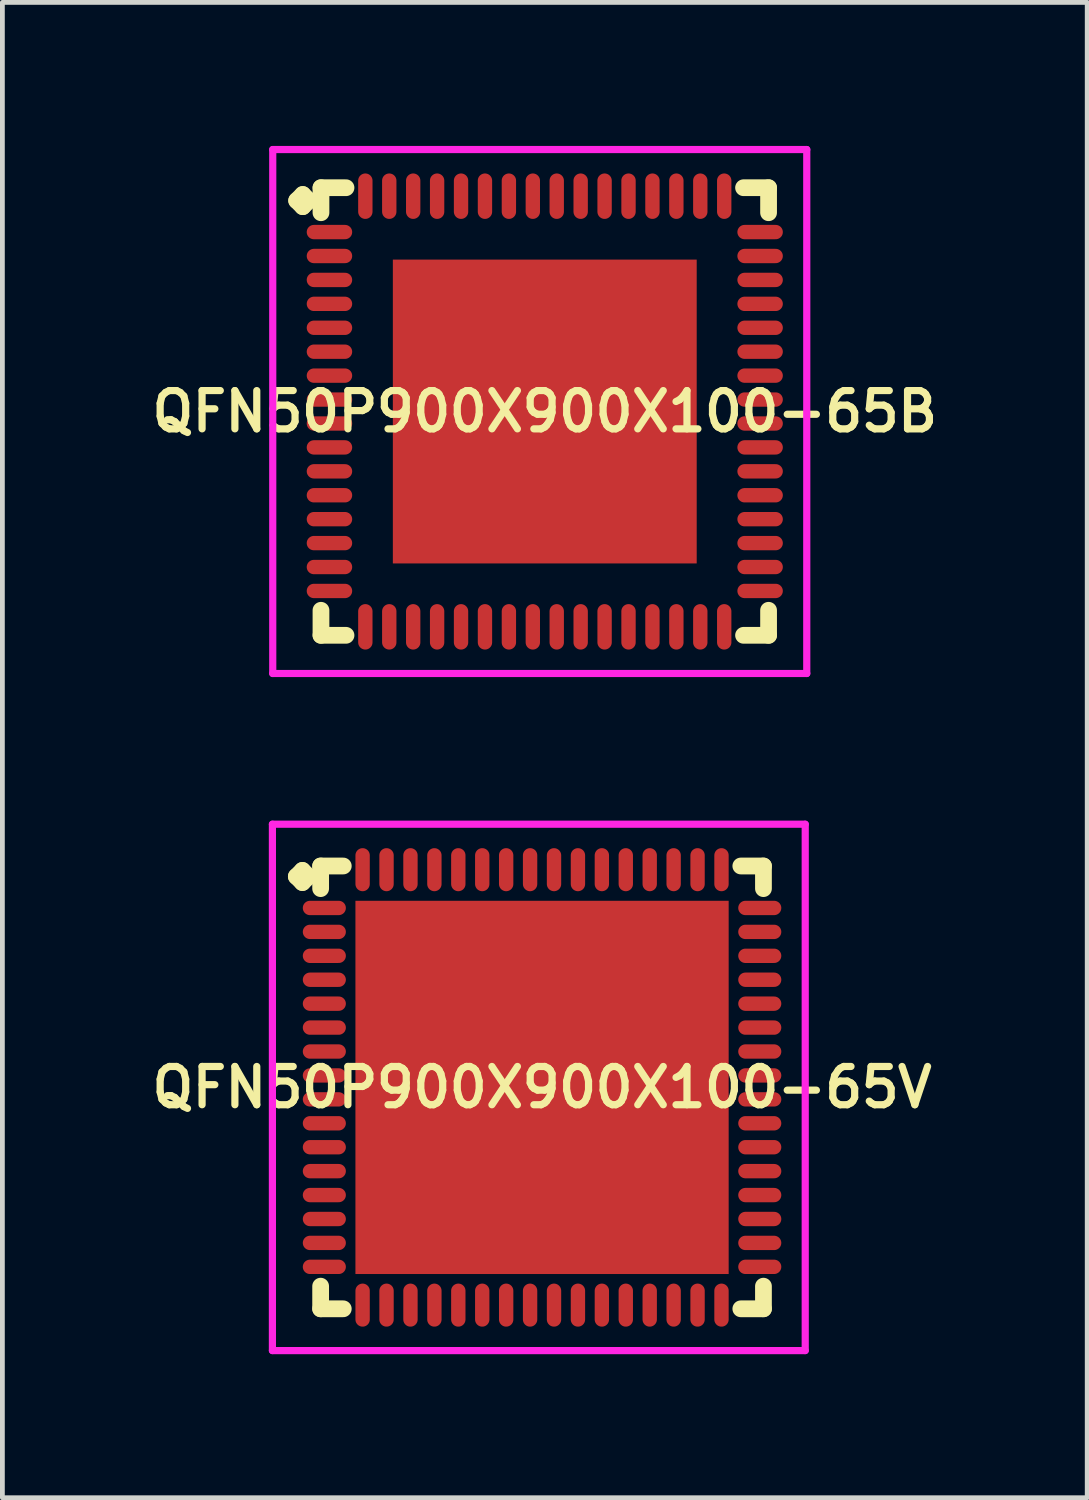
<source format=kicad_pcb>
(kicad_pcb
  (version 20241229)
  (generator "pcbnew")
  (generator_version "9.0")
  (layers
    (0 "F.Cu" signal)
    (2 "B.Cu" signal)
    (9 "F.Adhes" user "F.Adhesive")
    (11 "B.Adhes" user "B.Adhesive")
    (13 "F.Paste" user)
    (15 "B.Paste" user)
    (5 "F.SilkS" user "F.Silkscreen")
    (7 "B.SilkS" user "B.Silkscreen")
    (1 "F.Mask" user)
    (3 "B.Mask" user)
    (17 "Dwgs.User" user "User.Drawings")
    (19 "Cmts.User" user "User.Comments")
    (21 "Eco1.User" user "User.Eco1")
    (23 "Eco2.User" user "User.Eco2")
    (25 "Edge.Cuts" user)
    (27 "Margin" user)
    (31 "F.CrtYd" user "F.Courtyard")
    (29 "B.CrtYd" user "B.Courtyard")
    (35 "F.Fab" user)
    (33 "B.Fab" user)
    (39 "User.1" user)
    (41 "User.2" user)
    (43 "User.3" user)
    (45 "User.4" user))
  (footprint "QFN50P900X900X100-65V"
    (layer "F.Cu")
    (at 8.278 19.675)
    (property "Reference" "QFN50P900X900X100-65V" (at 0 0 0) (layer "F.SilkS") (effects (font (size 0.8 0.8) (thickness 0.15))))
    (attr smd)
    (fp_line (start -5.135 -4.408) (end -5.008 -4.535) (stroke (width 0.35) (type solid)) (layer "F.SilkS"))
    (fp_line (start -5.008 -4.535) (end -4.881 -4.408) (stroke (width 0.35) (type solid)) (layer "F.SilkS"))
    (fp_line (start -5.008 -4.281) (end -5.135 -4.408) (stroke (width 0.35) (type solid)) (layer "F.SilkS"))
    (fp_line (start -4.881 -4.408) (end -5.008 -4.281) (stroke (width 0.35) (type solid)) (layer "F.SilkS"))
    (fp_line (start -4.627 -4.627) (end -4.154 -4.627) (stroke (width 0.35) (type solid)) (layer "F.SilkS"))
    (fp_line (start -4.627 -4.154) (end -4.627 -4.627) (stroke (width 0.35) (type solid)) (layer "F.SilkS"))
    (fp_line (start -4.627 4.154) (end -4.627 4.627) (stroke (width 0.35) (type solid)) (layer "F.SilkS"))
    (fp_line (start -4.627 4.627) (end -4.154 4.627) (stroke (width 0.35) (type solid)) (layer "F.SilkS"))
    (fp_line (start 4.154 -4.627) (end 4.627 -4.627) (stroke (width 0.35) (type solid)) (layer "F.SilkS"))
    (fp_line (start 4.154 4.627) (end 4.627 4.627) (stroke (width 0.35) (type solid)) (layer "F.SilkS"))
    (fp_line (start 4.627 -4.627) (end 4.627 -4.154) (stroke (width 0.35) (type solid)) (layer "F.SilkS"))
    (fp_line (start 4.627 4.627) (end 4.627 4.154) (stroke (width 0.35) (type solid)) (layer "F.SilkS"))
    (fp_line (start -5.635 -5.5) (end 5.5 -5.5) (stroke (width 0.15) (type solid)) (layer "F.CrtYd"))
    (fp_line (start -5.635 5.5) (end -5.635 -5.5) (stroke (width 0.15) (type solid)) (layer "F.CrtYd"))
    (fp_line (start 5.5 -5.5) (end 5.5 5.5) (stroke (width 0.15) (type solid)) (layer "F.CrtYd"))
    (fp_line (start 5.5 5.5) (end -5.635 5.5) (stroke (width 0.15) (type solid)) (layer "F.CrtYd"))
    (pad "1" smd oval (at -4.55 -3.75) (size 0.9 0.3) (layers "F.Cu" "F.Mask" "F.Paste"))
    (pad "2" smd oval (at -4.55 -3.25) (size 0.9 0.3) (layers "F.Cu" "F.Mask" "F.Paste"))
    (pad "3" smd oval (at -4.55 -2.75) (size 0.9 0.3) (layers "F.Cu" "F.Mask" "F.Paste"))
    (pad "4" smd oval (at -4.55 -2.25) (size 0.9 0.3) (layers "F.Cu" "F.Mask" "F.Paste"))
    (pad "5" smd oval (at -4.55 -1.75) (size 0.9 0.3) (layers "F.Cu" "F.Mask" "F.Paste"))
    (pad "6" smd oval (at -4.55 -1.25) (size 0.9 0.3) (layers "F.Cu" "F.Mask" "F.Paste"))
    (pad "7" smd oval (at -4.55 -0.75) (size 0.9 0.3) (layers "F.Cu" "F.Mask" "F.Paste"))
    (pad "8" smd oval (at -4.55 -0.25) (size 0.9 0.3) (layers "F.Cu" "F.Mask" "F.Paste"))
    (pad "9" smd oval (at -4.55 0.25) (size 0.9 0.3) (layers "F.Cu" "F.Mask" "F.Paste"))
    (pad "10" smd oval (at -4.55 0.75) (size 0.9 0.3) (layers "F.Cu" "F.Mask" "F.Paste"))
    (pad "11" smd oval (at -4.55 1.25) (size 0.9 0.3) (layers "F.Cu" "F.Mask" "F.Paste"))
    (pad "12" smd oval (at -4.55 1.75) (size 0.9 0.3) (layers "F.Cu" "F.Mask" "F.Paste"))
    (pad "13" smd oval (at -4.55 2.25) (size 0.9 0.3) (layers "F.Cu" "F.Mask" "F.Paste"))
    (pad "14" smd oval (at -4.55 2.75) (size 0.9 0.3) (layers "F.Cu" "F.Mask" "F.Paste"))
    (pad "15" smd oval (at -4.55 3.25) (size 0.9 0.3) (layers "F.Cu" "F.Mask" "F.Paste"))
    (pad "16" smd oval (at -4.55 3.75) (size 0.9 0.3) (layers "F.Cu" "F.Mask" "F.Paste"))
    (pad "17" smd oval (at -3.75 4.55) (size 0.3 0.9) (layers "F.Cu" "F.Mask" "F.Paste"))
    (pad "18" smd oval (at -3.25 4.55) (size 0.3 0.9) (layers "F.Cu" "F.Mask" "F.Paste"))
    (pad "19" smd oval (at -2.75 4.55) (size 0.3 0.9) (layers "F.Cu" "F.Mask" "F.Paste"))
    (pad "20" smd oval (at -2.25 4.55) (size 0.3 0.9) (layers "F.Cu" "F.Mask" "F.Paste"))
    (pad "21" smd oval (at -1.75 4.55) (size 0.3 0.9) (layers "F.Cu" "F.Mask" "F.Paste"))
    (pad "22" smd oval (at -1.25 4.55) (size 0.3 0.9) (layers "F.Cu" "F.Mask" "F.Paste"))
    (pad "23" smd oval (at -0.75 4.55) (size 0.3 0.9) (layers "F.Cu" "F.Mask" "F.Paste"))
    (pad "24" smd oval (at -0.25 4.55) (size 0.3 0.9) (layers "F.Cu" "F.Mask" "F.Paste"))
    (pad "25" smd oval (at 0.25 4.55) (size 0.3 0.9) (layers "F.Cu" "F.Mask" "F.Paste"))
    (pad "26" smd oval (at 0.75 4.55) (size 0.3 0.9) (layers "F.Cu" "F.Mask" "F.Paste"))
    (pad "27" smd oval (at 1.25 4.55) (size 0.3 0.9) (layers "F.Cu" "F.Mask" "F.Paste"))
    (pad "28" smd oval (at 1.75 4.55) (size 0.3 0.9) (layers "F.Cu" "F.Mask" "F.Paste"))
    (pad "29" smd oval (at 2.25 4.55) (size 0.3 0.9) (layers "F.Cu" "F.Mask" "F.Paste"))
    (pad "30" smd oval (at 2.75 4.55) (size 0.3 0.9) (layers "F.Cu" "F.Mask" "F.Paste"))
    (pad "31" smd oval (at 3.25 4.55) (size 0.3 0.9) (layers "F.Cu" "F.Mask" "F.Paste"))
    (pad "32" smd oval (at 3.75 4.55) (size 0.3 0.9) (layers "F.Cu" "F.Mask" "F.Paste"))
    (pad "33" smd oval (at 4.55 3.75) (size 0.9 0.3) (layers "F.Cu" "F.Mask" "F.Paste"))
    (pad "34" smd oval (at 4.55 3.25) (size 0.9 0.3) (layers "F.Cu" "F.Mask" "F.Paste"))
    (pad "35" smd oval (at 4.55 2.75) (size 0.9 0.3) (layers "F.Cu" "F.Mask" "F.Paste"))
    (pad "36" smd oval (at 4.55 2.25) (size 0.9 0.3) (layers "F.Cu" "F.Mask" "F.Paste"))
    (pad "37" smd oval (at 4.55 1.75) (size 0.9 0.3) (layers "F.Cu" "F.Mask" "F.Paste"))
    (pad "38" smd oval (at 4.55 1.25) (size 0.9 0.3) (layers "F.Cu" "F.Mask" "F.Paste"))
    (pad "39" smd oval (at 4.55 0.75) (size 0.9 0.3) (layers "F.Cu" "F.Mask" "F.Paste"))
    (pad "40" smd oval (at 4.55 0.25) (size 0.9 0.3) (layers "F.Cu" "F.Mask" "F.Paste"))
    (pad "41" smd oval (at 4.55 -0.25) (size 0.9 0.3) (layers "F.Cu" "F.Mask" "F.Paste"))
    (pad "42" smd oval (at 4.55 -0.75) (size 0.9 0.3) (layers "F.Cu" "F.Mask" "F.Paste"))
    (pad "43" smd oval (at 4.55 -1.25) (size 0.9 0.3) (layers "F.Cu" "F.Mask" "F.Paste"))
    (pad "44" smd oval (at 4.55 -1.75) (size 0.9 0.3) (layers "F.Cu" "F.Mask" "F.Paste"))
    (pad "45" smd oval (at 4.55 -2.25) (size 0.9 0.3) (layers "F.Cu" "F.Mask" "F.Paste"))
    (pad "46" smd oval (at 4.55 -2.75) (size 0.9 0.3) (layers "F.Cu" "F.Mask" "F.Paste"))
    (pad "47" smd oval (at 4.55 -3.25) (size 0.9 0.3) (layers "F.Cu" "F.Mask" "F.Paste"))
    (pad "48" smd oval (at 4.55 -3.75) (size 0.9 0.3) (layers "F.Cu" "F.Mask" "F.Paste"))
    (pad "49" smd oval (at 3.75 -4.55) (size 0.3 0.9) (layers "F.Cu" "F.Mask" "F.Paste"))
    (pad "50" smd oval (at 3.25 -4.55) (size 0.3 0.9) (layers "F.Cu" "F.Mask" "F.Paste"))
    (pad "51" smd oval (at 2.75 -4.55) (size 0.3 0.9) (layers "F.Cu" "F.Mask" "F.Paste"))
    (pad "52" smd oval (at 2.25 -4.55) (size 0.3 0.9) (layers "F.Cu" "F.Mask" "F.Paste"))
    (pad "53" smd oval (at 1.75 -4.55) (size 0.3 0.9) (layers "F.Cu" "F.Mask" "F.Paste"))
    (pad "54" smd oval (at 1.25 -4.55) (size 0.3 0.9) (layers "F.Cu" "F.Mask" "F.Paste"))
    (pad "55" smd oval (at 0.75 -4.55) (size 0.3 0.9) (layers "F.Cu" "F.Mask" "F.Paste"))
    (pad "56" smd oval (at 0.25 -4.55) (size 0.3 0.9) (layers "F.Cu" "F.Mask" "F.Paste"))
    (pad "57" smd oval (at -0.25 -4.55) (size 0.3 0.9) (layers "F.Cu" "F.Mask" "F.Paste"))
    (pad "58" smd oval (at -0.75 -4.55) (size 0.3 0.9) (layers "F.Cu" "F.Mask" "F.Paste"))
    (pad "59" smd oval (at -1.25 -4.55) (size 0.3 0.9) (layers "F.Cu" "F.Mask" "F.Paste"))
    (pad "60" smd oval (at -1.75 -4.55) (size 0.3 0.9) (layers "F.Cu" "F.Mask" "F.Paste"))
    (pad "61" smd oval (at -2.25 -4.55) (size 0.3 0.9) (layers "F.Cu" "F.Mask" "F.Paste"))
    (pad "62" smd oval (at -2.75 -4.55) (size 0.3 0.9) (layers "F.Cu" "F.Mask" "F.Paste"))
    (pad "63" smd oval (at -3.25 -4.55) (size 0.3 0.9) (layers "F.Cu" "F.Mask" "F.Paste"))
    (pad "64" smd oval (at -3.75 -4.55) (size 0.3 0.9) (layers "F.Cu" "F.Mask" "F.Paste"))
    (pad "65" smd rect (at 0 0) (size 7.8 7.8) (layers "F.Cu" "F.Mask" "F.Paste")))
  (footprint "QFN50P900X900X100-65B"
    (layer "F.Cu")
    (at 8.335 5.55)
    (property "Reference" "QFN50P900X900X100-65B" (at 0 0 0) (layer "F.SilkS") (effects (font (size 0.8 0.8) (thickness 0.15))))
    (attr through_hole)
    (fp_line (start -5.185 -4.408) (end -5.058 -4.535) (stroke (width 0.35) (type solid)) (layer "F.SilkS"))
    (fp_line (start -5.058 -4.535) (end -4.931 -4.408) (stroke (width 0.35) (type solid)) (layer "F.SilkS"))
    (fp_line (start -5.058 -4.281) (end -5.185 -4.408) (stroke (width 0.35) (type solid)) (layer "F.SilkS"))
    (fp_line (start -4.931 -4.408) (end -5.058 -4.281) (stroke (width 0.35) (type solid)) (layer "F.SilkS"))
    (fp_line (start -4.677 -4.677) (end -4.154 -4.677) (stroke (width 0.35) (type solid)) (layer "F.SilkS"))
    (fp_line (start -4.677 -4.154) (end -4.677 -4.677) (stroke (width 0.35) (type solid)) (layer "F.SilkS"))
    (fp_line (start -4.677 4.154) (end -4.677 4.677) (stroke (width 0.35) (type solid)) (layer "F.SilkS"))
    (fp_line (start -4.677 4.677) (end -4.154 4.677) (stroke (width 0.35) (type solid)) (layer "F.SilkS"))
    (fp_line (start 4.154 -4.677) (end 4.677 -4.677) (stroke (width 0.35) (type solid)) (layer "F.SilkS"))
    (fp_line (start 4.154 4.677) (end 4.677 4.677) (stroke (width 0.35) (type solid)) (layer "F.SilkS"))
    (fp_line (start 4.677 -4.677) (end 4.677 -4.154) (stroke (width 0.35) (type solid)) (layer "F.SilkS"))
    (fp_line (start 4.677 4.677) (end 4.677 4.154) (stroke (width 0.35) (type solid)) (layer "F.SilkS"))
    (fp_line (start -5.685 -5.475) (end 5.475 -5.475) (stroke (width 0.15) (type solid)) (layer "F.CrtYd"))
    (fp_line (start -5.685 5.475) (end -5.685 -5.475) (stroke (width 0.15) (type solid)) (layer "F.CrtYd"))
    (fp_line (start 5.475 -5.475) (end 5.475 5.475) (stroke (width 0.15) (type solid)) (layer "F.CrtYd"))
    (fp_line (start 5.475 5.475) (end -5.685 5.475) (stroke (width 0.15) (type solid)) (layer "F.CrtYd"))
    (pad "1" smd oval (at -4.5 -3.75) (size 0.95 0.3) (layers "F.Cu" "F.Mask" "F.Paste"))
    (pad "2" smd oval (at -4.5 -3.25) (size 0.95 0.3) (layers "F.Cu" "F.Mask" "F.Paste"))
    (pad "3" smd oval (at -4.5 -2.75) (size 0.95 0.3) (layers "F.Cu" "F.Mask" "F.Paste"))
    (pad "4" smd oval (at -4.5 -2.25) (size 0.95 0.3) (layers "F.Cu" "F.Mask" "F.Paste"))
    (pad "5" smd oval (at -4.5 -1.75) (size 0.95 0.3) (layers "F.Cu" "F.Mask" "F.Paste"))
    (pad "6" smd oval (at -4.5 -1.25) (size 0.95 0.3) (layers "F.Cu" "F.Mask" "F.Paste"))
    (pad "7" smd oval (at -4.5 -0.75) (size 0.95 0.3) (layers "F.Cu" "F.Mask" "F.Paste"))
    (pad "8" smd oval (at -4.5 -0.25) (size 0.95 0.3) (layers "F.Cu" "F.Mask" "F.Paste"))
    (pad "9" smd oval (at -4.5 0.25) (size 0.95 0.3) (layers "F.Cu" "F.Mask" "F.Paste"))
    (pad "10" smd oval (at -4.5 0.75) (size 0.95 0.3) (layers "F.Cu" "F.Mask" "F.Paste"))
    (pad "11" smd oval (at -4.5 1.25) (size 0.95 0.3) (layers "F.Cu" "F.Mask" "F.Paste"))
    (pad "12" smd oval (at -4.5 1.75) (size 0.95 0.3) (layers "F.Cu" "F.Mask" "F.Paste"))
    (pad "13" smd oval (at -4.5 2.25) (size 0.95 0.3) (layers "F.Cu" "F.Mask" "F.Paste"))
    (pad "14" smd oval (at -4.5 2.75) (size 0.95 0.3) (layers "F.Cu" "F.Mask" "F.Paste"))
    (pad "15" smd oval (at -4.5 3.25) (size 0.95 0.3) (layers "F.Cu" "F.Mask" "F.Paste"))
    (pad "16" smd oval (at -4.5 3.75) (size 0.95 0.3) (layers "F.Cu" "F.Mask" "F.Paste"))
    (pad "17" smd oval (at -3.75 4.5) (size 0.3 0.95) (layers "F.Cu" "F.Mask" "F.Paste"))
    (pad "18" smd oval (at -3.25 4.5) (size 0.3 0.95) (layers "F.Cu" "F.Mask" "F.Paste"))
    (pad "19" smd oval (at -2.75 4.5) (size 0.3 0.95) (layers "F.Cu" "F.Mask" "F.Paste"))
    (pad "20" smd oval (at -2.25 4.5) (size 0.3 0.95) (layers "F.Cu" "F.Mask" "F.Paste"))
    (pad "21" smd oval (at -1.75 4.5) (size 0.3 0.95) (layers "F.Cu" "F.Mask" "F.Paste"))
    (pad "22" smd oval (at -1.25 4.5) (size 0.3 0.95) (layers "F.Cu" "F.Mask" "F.Paste"))
    (pad "23" smd oval (at -0.75 4.5) (size 0.3 0.95) (layers "F.Cu" "F.Mask" "F.Paste"))
    (pad "24" smd oval (at -0.25 4.5) (size 0.3 0.95) (layers "F.Cu" "F.Mask" "F.Paste"))
    (pad "25" smd oval (at 0.25 4.5) (size 0.3 0.95) (layers "F.Cu" "F.Mask" "F.Paste"))
    (pad "26" smd oval (at 0.75 4.5) (size 0.3 0.95) (layers "F.Cu" "F.Mask" "F.Paste"))
    (pad "27" smd oval (at 1.25 4.5) (size 0.3 0.95) (layers "F.Cu" "F.Mask" "F.Paste"))
    (pad "28" smd oval (at 1.75 4.5) (size 0.3 0.95) (layers "F.Cu" "F.Mask" "F.Paste"))
    (pad "29" smd oval (at 2.25 4.5) (size 0.3 0.95) (layers "F.Cu" "F.Mask" "F.Paste"))
    (pad "30" smd oval (at 2.75 4.5) (size 0.3 0.95) (layers "F.Cu" "F.Mask" "F.Paste"))
    (pad "31" smd oval (at 3.25 4.5) (size 0.3 0.95) (layers "F.Cu" "F.Mask" "F.Paste"))
    (pad "32" smd oval (at 3.75 4.5) (size 0.3 0.95) (layers "F.Cu" "F.Mask" "F.Paste"))
    (pad "33" smd oval (at 4.5 3.75) (size 0.95 0.3) (layers "F.Cu" "F.Mask" "F.Paste"))
    (pad "34" smd oval (at 4.5 3.25) (size 0.95 0.3) (layers "F.Cu" "F.Mask" "F.Paste"))
    (pad "35" smd oval (at 4.5 2.75) (size 0.95 0.3) (layers "F.Cu" "F.Mask" "F.Paste"))
    (pad "36" smd oval (at 4.5 2.25) (size 0.95 0.3) (layers "F.Cu" "F.Mask" "F.Paste"))
    (pad "37" smd oval (at 4.5 1.75) (size 0.95 0.3) (layers "F.Cu" "F.Mask" "F.Paste"))
    (pad "38" smd oval (at 4.5 1.25) (size 0.95 0.3) (layers "F.Cu" "F.Mask" "F.Paste"))
    (pad "39" smd oval (at 4.5 0.75) (size 0.95 0.3) (layers "F.Cu" "F.Mask" "F.Paste"))
    (pad "40" smd oval (at 4.5 0.25) (size 0.95 0.3) (layers "F.Cu" "F.Mask" "F.Paste"))
    (pad "41" smd oval (at 4.5 -0.25) (size 0.95 0.3) (layers "F.Cu" "F.Mask" "F.Paste"))
    (pad "42" smd oval (at 4.5 -0.75) (size 0.95 0.3) (layers "F.Cu" "F.Mask" "F.Paste"))
    (pad "43" smd oval (at 4.5 -1.25) (size 0.95 0.3) (layers "F.Cu" "F.Mask" "F.Paste"))
    (pad "44" smd oval (at 4.5 -1.75) (size 0.95 0.3) (layers "F.Cu" "F.Mask" "F.Paste"))
    (pad "45" smd oval (at 4.5 -2.25) (size 0.95 0.3) (layers "F.Cu" "F.Mask" "F.Paste"))
    (pad "46" smd oval (at 4.5 -2.75) (size 0.95 0.3) (layers "F.Cu" "F.Mask" "F.Paste"))
    (pad "47" smd oval (at 4.5 -3.25) (size 0.95 0.3) (layers "F.Cu" "F.Mask" "F.Paste"))
    (pad "48" smd oval (at 4.5 -3.75) (size 0.95 0.3) (layers "F.Cu" "F.Mask" "F.Paste"))
    (pad "49" smd oval (at 3.75 -4.5) (size 0.3 0.95) (layers "F.Cu" "F.Mask" "F.Paste"))
    (pad "50" smd oval (at 3.25 -4.5) (size 0.3 0.95) (layers "F.Cu" "F.Mask" "F.Paste"))
    (pad "51" smd oval (at 2.75 -4.5) (size 0.3 0.95) (layers "F.Cu" "F.Mask" "F.Paste"))
    (pad "52" smd oval (at 2.25 -4.5) (size 0.3 0.95) (layers "F.Cu" "F.Mask" "F.Paste"))
    (pad "53" smd oval (at 1.75 -4.5) (size 0.3 0.95) (layers "F.Cu" "F.Mask" "F.Paste"))
    (pad "54" smd oval (at 1.25 -4.5) (size 0.3 0.95) (layers "F.Cu" "F.Mask" "F.Paste"))
    (pad "55" smd oval (at 0.75 -4.5) (size 0.3 0.95) (layers "F.Cu" "F.Mask" "F.Paste"))
    (pad "56" smd oval (at 0.25 -4.5) (size 0.3 0.95) (layers "F.Cu" "F.Mask" "F.Paste"))
    (pad "57" smd oval (at -0.25 -4.5) (size 0.3 0.95) (layers "F.Cu" "F.Mask" "F.Paste"))
    (pad "58" smd oval (at -0.75 -4.5) (size 0.3 0.95) (layers "F.Cu" "F.Mask" "F.Paste"))
    (pad "59" smd oval (at -1.25 -4.5) (size 0.3 0.95) (layers "F.Cu" "F.Mask" "F.Paste"))
    (pad "60" smd oval (at -1.75 -4.5) (size 0.3 0.95) (layers "F.Cu" "F.Mask" "F.Paste"))
    (pad "61" smd oval (at -2.25 -4.5) (size 0.3 0.95) (layers "F.Cu" "F.Mask" "F.Paste"))
    (pad "62" smd oval (at -2.75 -4.5) (size 0.3 0.95) (layers "F.Cu" "F.Mask" "F.Paste"))
    (pad "63" smd oval (at -3.25 -4.5) (size 0.3 0.95) (layers "F.Cu" "F.Mask" "F.Paste"))
    (pad "64" smd oval (at -3.75 -4.5) (size 0.3 0.95) (layers "F.Cu" "F.Mask" "F.Paste"))
    (pad "65" smd rect (at 0 0) (size 6.35 6.35) (layers "F.Cu" "F.Mask" "F.Paste")))
  (gr_rect
    (start -3 -3)
    (end 19.671 28.25)
    (stroke (width 0.1) (type default))
    (fill no)
    (layer "Edge.Cuts")))
</source>
